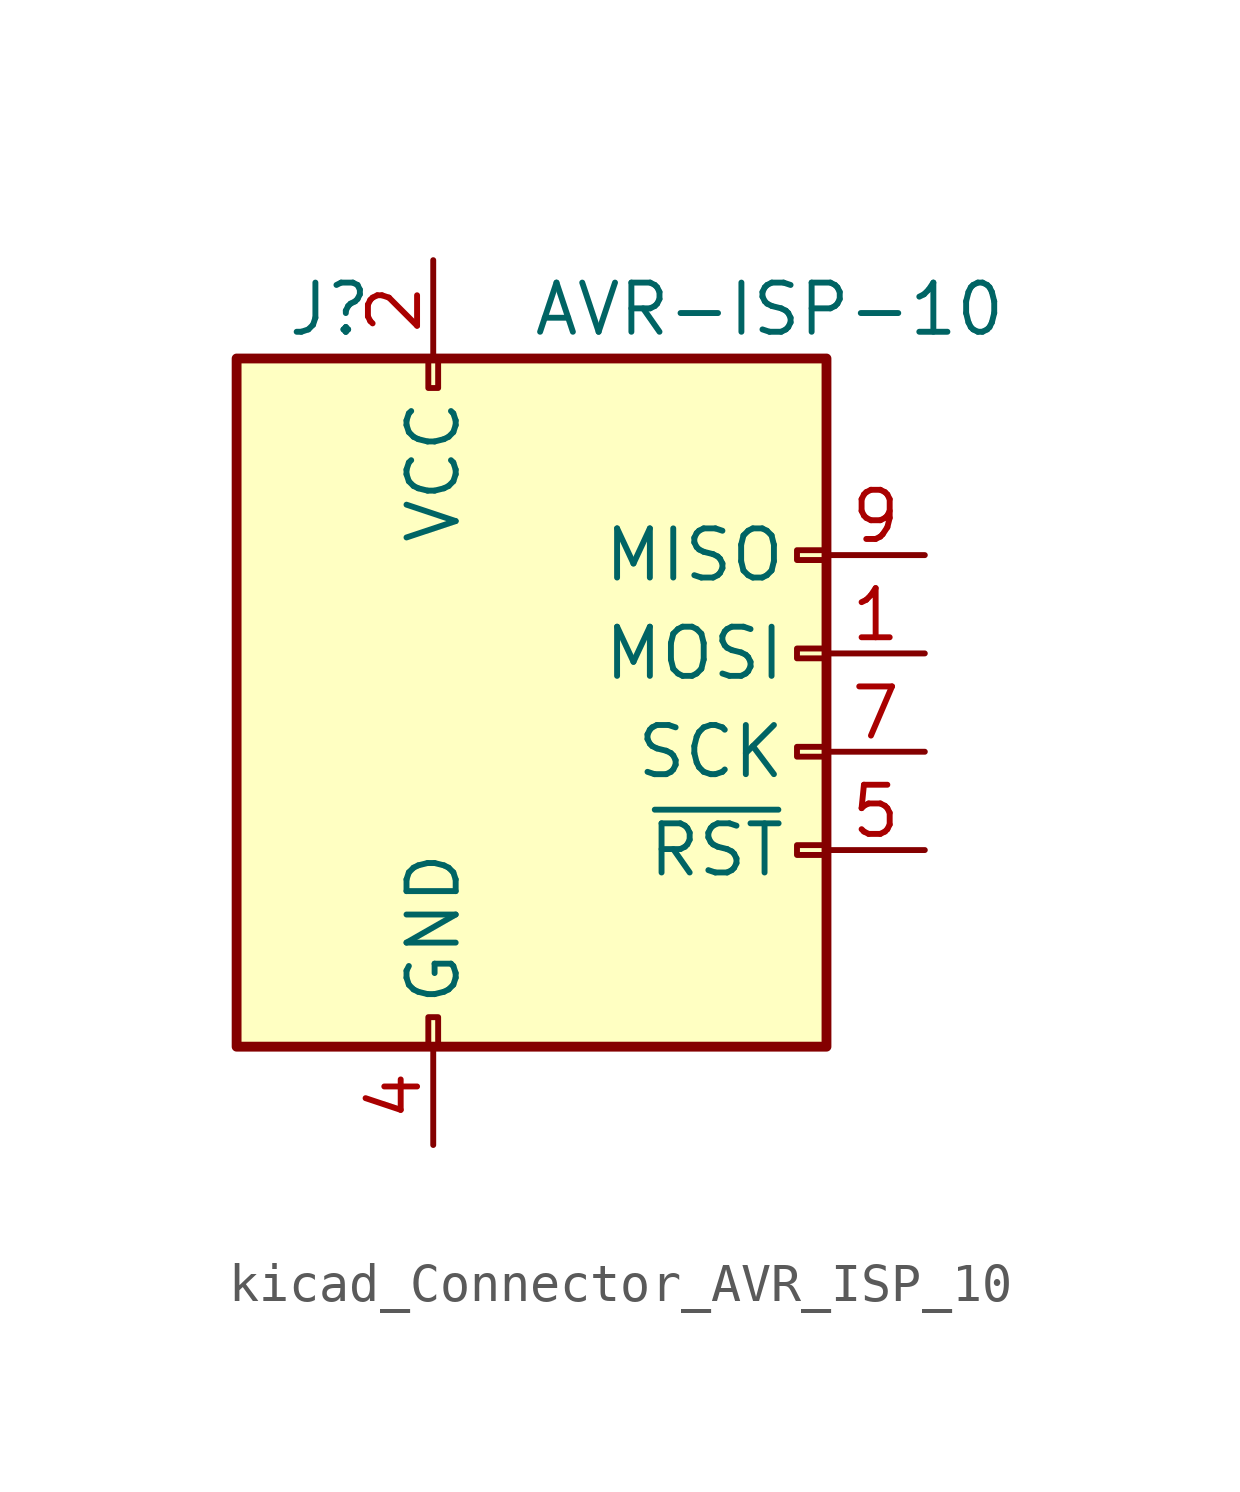
<source format=kicad_sym>
(kicad_symbol_lib
  (version 20220914)
  (generator kicad_symbol_editor)
  (symbol "kicad_Connector_AVR_ISP_10"
    (pin_names
      (offset 1.016))
    (property "Reference" "J"
      (at -6.35 11.43 0)
      (effects (font (size 1.27 1.27)) (justify left)))
    (property "Value" "AVR-ISP-10"
      (at 0 11.43 0)
      (effects (font (size 1.27 1.27)) (justify left)))
    (symbol "kicad_Connector_AVR_ISP_10_0_1"
      (rectangle (start -2.667 -6.858) (end -2.413 -7.62) (stroke (width 0) (type default)) (fill (type none)))
      (rectangle (start -2.667 10.16) (end -2.413 9.398) (stroke (width 0) (type default)) (fill (type none)))
      (rectangle (start 7.62 -2.413) (end 6.858 -2.667) (stroke (width 0) (type default)) (fill (type none)))
      (rectangle (start 7.62 0.127) (end 6.858 -0.127) (stroke (width 0) (type default)) (fill (type none)))
      (rectangle (start 7.62 2.667) (end 6.858 2.413) (stroke (width 0) (type default)) (fill (type none)))
      (rectangle (start 7.62 5.207) (end 6.858 4.953) (stroke (width 0) (type default)) (fill (type none)))
      (rectangle (start 7.62 10.16) (end -7.62 -7.62) (stroke (width 0.254) (type default)) (fill (type background))))
    (symbol "kicad_Connector_AVR_ISP_10_1_1"
      (pin passive line (at 10.16 2.54 180) (length 2.54) (name "MOSI" (effects (font (size 1.27 1.27)))) (number "1" (effects (font (size 1.27 1.27)))))
      (pin passive line (at -2.54 -10.16 90) (length 2.54) hide (name "GND" (effects (font (size 1.27 1.27)))) (number "10" (effects (font (size 1.27 1.27)))))
      (pin passive line (at -2.54 12.7 270) (length 2.54) (name "VCC" (effects (font (size 1.27 1.27)))) (number "2" (effects (font (size 1.27 1.27)))))
      (pin no_connect line (at 7.62 -5.08 180) (length 2.54) hide (name "NC" (effects (font (size 1.27 1.27)))) (number "3" (effects (font (size 1.27 1.27)))))
      (pin passive line (at -2.54 -10.16 90) (length 2.54) (name "GND" (effects (font (size 1.27 1.27)))) (number "4" (effects (font (size 1.27 1.27)))))
      (pin passive line (at 10.16 -2.54 180) (length 2.54) (name "~{RST}" (effects (font (size 1.27 1.27)))) (number "5" (effects (font (size 1.27 1.27)))))
      (pin passive line (at -2.54 -10.16 90) (length 2.54) hide (name "GND" (effects (font (size 1.27 1.27)))) (number "6" (effects (font (size 1.27 1.27)))))
      (pin passive line (at 10.16 0 180) (length 2.54) (name "SCK" (effects (font (size 1.27 1.27)))) (number "7" (effects (font (size 1.27 1.27)))))
      (pin passive line (at -2.54 -10.16 90) (length 2.54) hide (name "GND" (effects (font (size 1.27 1.27)))) (number "8" (effects (font (size 1.27 1.27)))))
      (pin passive line (at 10.16 5.08 180) (length 2.54) (name "MISO" (effects (font (size 1.27 1.27)))) (number "9" (effects (font (size 1.27 1.27))))))))
</source>
